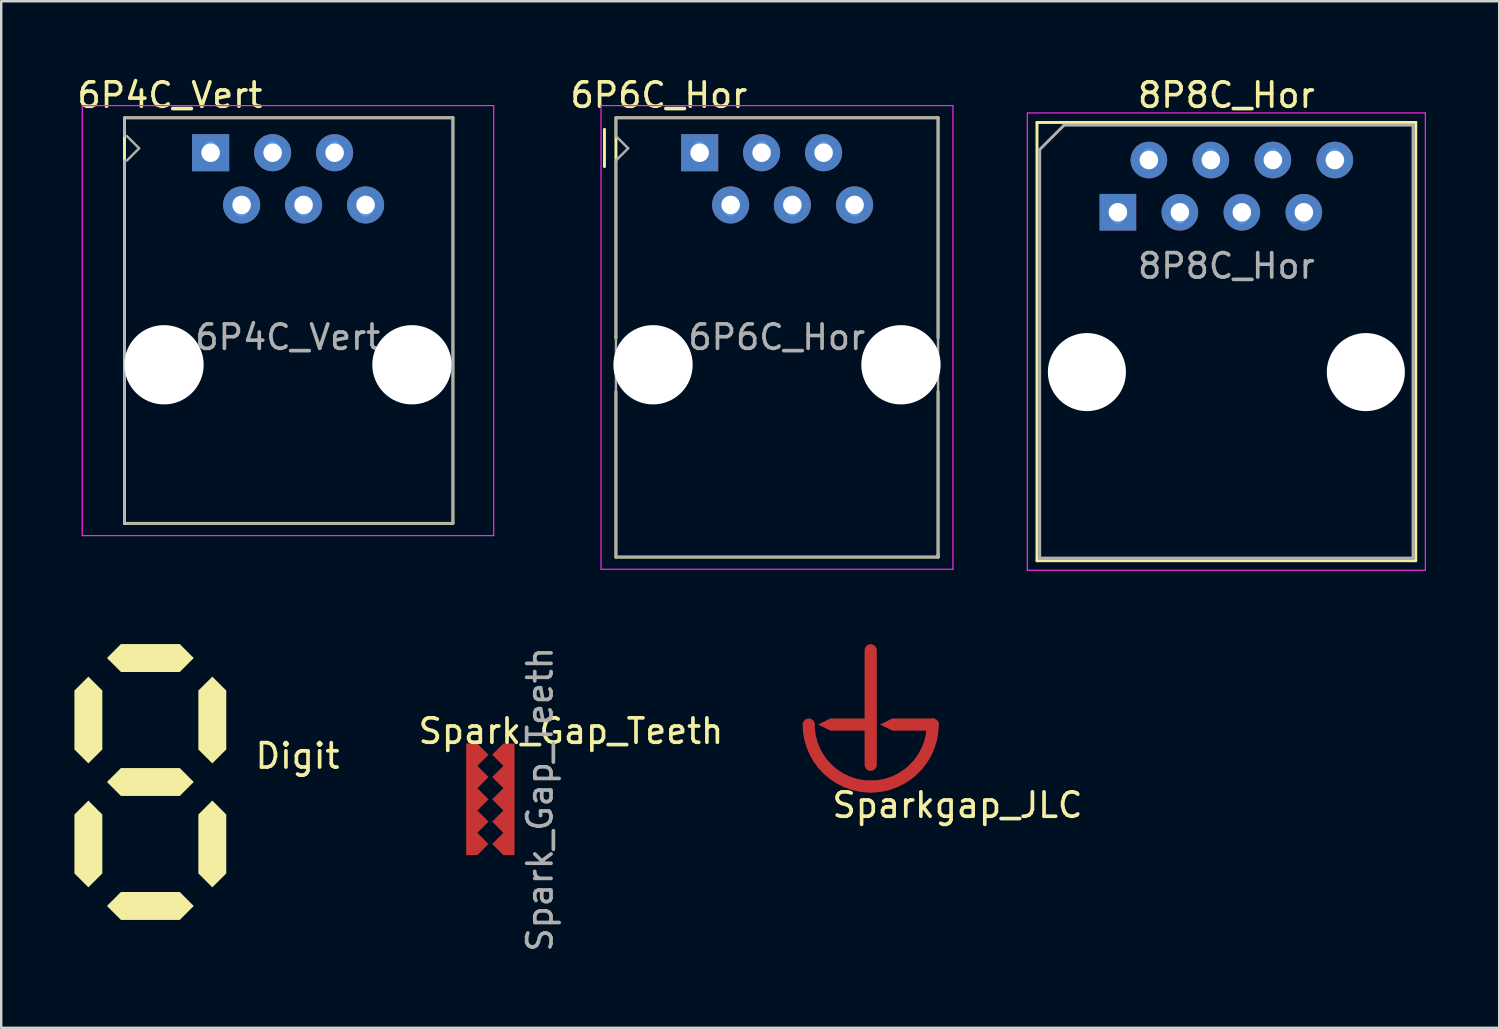
<source format=kicad_pcb>
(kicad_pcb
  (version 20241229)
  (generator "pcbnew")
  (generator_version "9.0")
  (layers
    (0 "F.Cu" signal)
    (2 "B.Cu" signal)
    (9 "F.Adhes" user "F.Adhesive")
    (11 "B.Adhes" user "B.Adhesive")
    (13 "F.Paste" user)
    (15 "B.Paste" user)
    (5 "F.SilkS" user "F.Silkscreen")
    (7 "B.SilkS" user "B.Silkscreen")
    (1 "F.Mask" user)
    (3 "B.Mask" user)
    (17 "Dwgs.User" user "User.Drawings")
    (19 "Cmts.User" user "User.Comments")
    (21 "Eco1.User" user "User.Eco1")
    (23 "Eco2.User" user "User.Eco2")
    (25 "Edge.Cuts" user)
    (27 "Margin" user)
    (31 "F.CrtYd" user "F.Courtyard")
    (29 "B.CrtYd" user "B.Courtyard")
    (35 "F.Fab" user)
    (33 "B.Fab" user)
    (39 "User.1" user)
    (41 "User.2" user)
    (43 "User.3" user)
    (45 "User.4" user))
  (footprint "8P8C_Hor"
    (layer "F.Cu")
    (at 42.76 5.848)
    (property "Reference" "8P8C_Hor" (at 4.445 -5 180) (layer "F.SilkS") (effects (font (size 1 1) (thickness 0.15))))
    (attr through_hole)
    (fp_line (start -3.315 -3.88) (end -3.315 14.08) (stroke (width 0.12) (type solid)) (layer "F.SilkS"))
    (fp_line (start -3.315 14.08) (end 12.205 14.08) (stroke (width 0.12) (type solid)) (layer "F.SilkS"))
    (fp_line (start 12.205 -3.88) (end -3.315 -3.88) (stroke (width 0.12) (type solid)) (layer "F.SilkS"))
    (fp_line (start 12.205 -3.88) (end 12.205 14.08) (stroke (width 0.12) (type solid)) (layer "F.SilkS"))
    (fp_circle (center 0 0) (end 0.225 0) (stroke (width 0.1) (type solid)) (fill no) (layer "Cmts.User"))
    (fp_circle (center 1.262 -2.544) (end 1.487 -2.544) (stroke (width 0.1) (type solid)) (fill no) (layer "Cmts.User"))
    (fp_circle (center 2.54 0) (end 2.765 0) (stroke (width 0.1) (type solid)) (fill no) (layer "Cmts.User"))
    (fp_circle (center 3.806 -2.544) (end 4.031 -2.544) (stroke (width 0.1) (type solid)) (fill no) (layer "Cmts.User"))
    (fp_circle (center 5.08 0) (end 5.305 0) (stroke (width 0.1) (type solid)) (fill no) (layer "Cmts.User"))
    (fp_circle (center 6.341 -2.544) (end 6.566 -2.544) (stroke (width 0.1) (type solid)) (fill no) (layer "Cmts.User"))
    (fp_circle (center 7.62 0) (end 7.845 0) (stroke (width 0.1) (type solid)) (fill no) (layer "Cmts.User"))
    (fp_circle (center 8.885 -2.544) (end 9.11 -2.544) (stroke (width 0.1) (type solid)) (fill no) (layer "Cmts.User"))
    (fp_line (start -3.71 -4.27) (end -3.71 14.47) (stroke (width 0.05) (type solid)) (layer "F.CrtYd"))
    (fp_line (start -3.71 -4.27) (end 12.6 -4.27) (stroke (width 0.05) (type solid)) (layer "F.CrtYd"))
    (fp_line (start 12.6 14.47) (end -3.71 14.47) (stroke (width 0.05) (type solid)) (layer "F.CrtYd"))
    (fp_line (start 12.6 14.47) (end 12.6 -4.27) (stroke (width 0.05) (type solid)) (layer "F.CrtYd"))
    (fp_line (start -3.205 -2.77) (end -2.205 -3.77) (stroke (width 0.12) (type solid)) (layer "F.Fab"))
    (fp_line (start -3.205 13.97) (end -3.205 -2.77) (stroke (width 0.12) (type solid)) (layer "F.Fab"))
    (fp_line (start -2.205 -3.77) (end 12.095 -3.77) (stroke (width 0.12) (type solid)) (layer "F.Fab"))
    (fp_line (start 12.095 -3.77) (end 12.095 13.97) (stroke (width 0.12) (type solid)) (layer "F.Fab"))
    (fp_line (start 12.095 13.97) (end -3.205 13.97) (stroke (width 0.12) (type solid)) (layer "F.Fab"))
    (fp_text user "${REFERENCE}" (at 4.445 2 180) (layer "F.Fab") (effects (font (size 1 1) (thickness 0.15))))
    (pad "" np_thru_hole circle (at -1.27 6.35) (size 3.2 3.2) (drill 3.2) (layers "*.Cu" "*.Mask"))
    (pad "" np_thru_hole circle (at 10.16 6.35) (size 3.2 3.2) (drill 3.2) (layers "*.Cu" "*.Mask"))
    (pad "1" thru_hole rect (at 0 -0.2) (size 1.5 1.5) (drill 0.76) (layers "*.Cu" "*.Mask"))
    (pad "2" thru_hole circle (at 1.27 -2.34) (size 1.5 1.5) (drill 0.76) (layers "*.Cu" "*.Mask"))
    (pad "3" thru_hole circle (at 2.54 -0.2) (size 1.5 1.5) (drill 0.76) (layers "*.Cu" "*.Mask"))
    (pad "4" thru_hole circle (at 3.81 -2.34) (size 1.5 1.5) (drill 0.76) (layers "*.Cu" "*.Mask"))
    (pad "5" thru_hole circle (at 5.08 -0.2) (size 1.5 1.5) (drill 0.76) (layers "*.Cu" "*.Mask"))
    (pad "6" thru_hole circle (at 6.35 -2.34) (size 1.5 1.5) (drill 0.76) (layers "*.Cu" "*.Mask"))
    (pad "7" thru_hole circle (at 7.62 -0.2) (size 1.5 1.5) (drill 0.76) (layers "*.Cu" "*.Mask"))
    (pad "8" thru_hole circle (at 8.89 -2.34) (size 1.5 1.5) (drill 0.76) (layers "*.Cu" "*.Mask")))
  (footprint "6P6C_Hor"
    (layer "F.Cu")
    (at 25.62 3.008)
    (property "Reference" "6P6C_Hor" (at -1.67 -2.16 180) (layer "F.SilkS") (effects (font (size 1 1) (thickness 0.15))))
    (attr through_hole)
    (fp_line (start -3.9 0.77) (end -3.9 -0.76) (stroke (width 0.12) (type solid)) (layer "F.SilkS"))
    (fp_line (start -3.43 -1.23) (end 9.77 -1.23) (stroke (width 0.12) (type solid)) (layer "F.SilkS"))
    (fp_line (start -3.43 7.72) (end -3.43 7.79) (stroke (width 0.1) (type solid)) (layer "F.SilkS"))
    (fp_line (start -3.43 7.79) (end -3.43 -1.23) (stroke (width 0.12) (type solid)) (layer "F.SilkS"))
    (fp_line (start -3.43 16.77) (end -3.43 9.99) (stroke (width 0.12) (type solid)) (layer "F.SilkS"))
    (fp_line (start 9.77 -1.23) (end 9.77 7.79) (stroke (width 0.12) (type solid)) (layer "F.SilkS"))
    (fp_line (start 9.77 16.65) (end 9.77 16.77) (stroke (width 0.1) (type solid)) (layer "F.SilkS"))
    (fp_line (start 9.77 16.76) (end 9.77 16.77) (stroke (width 0.1) (type solid)) (layer "F.SilkS"))
    (fp_line (start 9.77 16.77) (end -3.43 16.77) (stroke (width 0.12) (type solid)) (layer "F.SilkS"))
    (fp_line (start 9.77 16.77) (end 9.77 9.99) (stroke (width 0.12) (type solid)) (layer "F.SilkS"))
    (fp_circle (center 0 0) (end 0.225 0) (stroke (width 0.1) (type solid)) (fill no) (layer "Cmts.User"))
    (fp_circle (center 1.27 2.54) (end 1.495 2.54) (stroke (width 0.1) (type solid)) (fill no) (layer "Cmts.User"))
    (fp_circle (center 2.54 0) (end 2.765 0) (stroke (width 0.1) (type solid)) (fill no) (layer "Cmts.User"))
    (fp_circle (center 3.81 2.54) (end 4.035 2.54) (stroke (width 0.1) (type solid)) (fill no) (layer "Cmts.User"))
    (fp_circle (center 5.08 0) (end 5.305 0) (stroke (width 0.1) (type solid)) (fill no) (layer "Cmts.User"))
    (fp_circle (center 6.35 2.54) (end 6.575 2.54) (stroke (width 0.1) (type solid)) (fill no) (layer "Cmts.User"))
    (fp_line (start -4.04 -1.73) (end 10.38 -1.73) (stroke (width 0.05) (type solid)) (layer "F.CrtYd"))
    (fp_line (start -4.04 17.27) (end -4.04 -1.73) (stroke (width 0.05) (type solid)) (layer "F.CrtYd"))
    (fp_line (start 10.38 -1.73) (end 10.38 17.27) (stroke (width 0.05) (type solid)) (layer "F.CrtYd"))
    (fp_line (start 10.38 17.27) (end -4.04 17.27) (stroke (width 0.05) (type solid)) (layer "F.CrtYd"))
    (fp_line (start -3.43 -1.23) (end 9.77 -1.23) (stroke (width 0.1) (type solid)) (layer "F.Fab"))
    (fp_line (start -3.43 -0.48) (end -3.43 -1.23) (stroke (width 0.1) (type solid)) (layer "F.Fab"))
    (fp_line (start -3.43 0.52) (end -2.93 0.02) (stroke (width 0.1) (type solid)) (layer "F.Fab"))
    (fp_line (start -3.43 16.77) (end -3.43 0.52) (stroke (width 0.1) (type solid)) (layer "F.Fab"))
    (fp_line (start -2.93 0.02) (end -3.43 -0.48) (stroke (width 0.1) (type solid)) (layer "F.Fab"))
    (fp_line (start 9.77 -1.23) (end 9.77 16.77) (stroke (width 0.1) (type solid)) (layer "F.Fab"))
    (fp_line (start 9.77 16.77) (end -3.43 16.77) (stroke (width 0.1) (type solid)) (layer "F.Fab"))
    (fp_text user "${REFERENCE}" (at 3.16 7.76 180) (layer "F.Fab") (effects (font (size 1 1) (thickness 0.15))))
    (pad "" np_thru_hole circle (at -1.91 8.89) (size 3.25 3.25) (drill 3.25) (layers "*.Cu" "*.Mask"))
    (pad "" np_thru_hole circle (at 8.25 8.89) (size 3.25 3.25) (drill 3.25) (layers "*.Cu" "*.Mask"))
    (pad "1" thru_hole rect (at 0 0.2) (size 1.52 1.52) (drill 0.76) (layers "*.Cu" "*.Mask"))
    (pad "2" thru_hole circle (at 1.27 2.34) (size 1.52 1.52) (drill 0.76) (layers "*.Cu" "*.Mask"))
    (pad "3" thru_hole circle (at 2.54 0.2) (size 1.52 1.52) (drill 0.76) (layers "*.Cu" "*.Mask"))
    (pad "4" thru_hole circle (at 3.8 2.34 90) (size 1.52 1.52) (drill 0.76) (layers "*.Cu" "*.Mask"))
    (pad "5" thru_hole circle (at 5.08 0.2) (size 1.52 1.52) (drill 0.76) (layers "*.Cu" "*.Mask"))
    (pad "6" thru_hole circle (at 6.35 2.34) (size 1.52 1.52) (drill 0.76) (layers "*.Cu" "*.Mask")))
  (footprint "Spark_Gap_Teeth"
    (layer "F.Cu")
    (at 17.044 29.706)
    (property "Reference" "Spark_Gap_Teeth" (at 3.302 -2.794 0) (unlocked yes) (layer "F.SilkS") (effects (font (size 1 1) (thickness 0.15))))
    (attr smd)
    (fp_poly (pts (xy 0.533 2.286) (xy -0.533 2.286) (xy -0.533 -2.286) (xy 0.533 -2.286)) (stroke (width 0) (type solid)) (fill yes) (layer "F.Mask"))
    (fp_text user "${REFERENCE}" (at 2.032 0 90) (unlocked yes) (layer "F.Fab") (effects (font (size 1 1) (thickness 0.15))))
    (pad "1" smd custom (at -0.762 0) (size 0.457 4.572) (layers "F.Cu") (options (anchor rect)) (primitives (gr_poly (pts (xy 0.686 -1.829) (xy 0.229 -1.372) (xy 0.686 -0.914) (xy 0.229 -0.457) (xy 0.686 0) (xy 0.229 0.457) (xy 0.686 0.914) (xy 0.229 1.372) (xy 0.686 1.829) (xy 0.229 2.286) (xy -0.229 2.286) (xy -0.229 -2.286) (xy 0.229 -2.286)) (width 0) (fill yes))))
    (pad "2" smd custom (at 0.762 0) (size 0.457 4.572) (layers "F.Cu") (options (anchor rect)) (primitives (gr_poly (pts (xy 0.229 2.286) (xy -0.229 2.286) (xy -0.686 1.829) (xy -0.229 1.372) (xy -0.686 0.914) (xy -0.229 0.457) (xy -0.686 0) (xy -0.229 -0.457) (xy -0.686 -0.914) (xy -0.229 -1.372) (xy -0.686 -1.829) (xy -0.229 -2.286) (xy 0.229 -2.286)) (width 0) (fill yes)))))
  (footprint "6P4C_Vert"
    (layer "F.Cu")
    (at 5.581 3.008)
    (property "Reference" "6P4C_Vert" (at -1.67 -2.16 180) (layer "F.SilkS") (effects (font (size 1 1) (thickness 0.15))))
    (attr through_hole)
    (fp_line (start -3.53 -1.23) (end 9.93 -1.23) (stroke (width 0.12) (type solid)) (layer "F.SilkS"))
    (fp_line (start -3.53 15.39) (end -3.53 -1.23) (stroke (width 0.12) (type solid)) (layer "F.SilkS"))
    (fp_line (start 9.93 -1.23) (end 9.93 15.39) (stroke (width 0.12) (type solid)) (layer "F.SilkS"))
    (fp_line (start 9.93 15.39) (end -3.53 15.39) (stroke (width 0.12) (type solid)) (layer "F.SilkS"))
    (fp_circle (center 0 0) (end 0.225 0) (stroke (width 0.1) (type solid)) (fill no) (layer "Cmts.User"))
    (fp_circle (center 1.27 2.54) (end 1.495 2.54) (stroke (width 0.1) (type solid)) (fill no) (layer "Cmts.User"))
    (fp_circle (center 2.54 0) (end 2.765 0) (stroke (width 0.1) (type solid)) (fill no) (layer "Cmts.User"))
    (fp_circle (center 3.81 2.54) (end 4.035 2.54) (stroke (width 0.1) (type solid)) (fill no) (layer "Cmts.User"))
    (fp_circle (center 5.08 0) (end 5.305 0) (stroke (width 0.1) (type solid)) (fill no) (layer "Cmts.User"))
    (fp_circle (center 6.35 2.54) (end 6.575 2.54) (stroke (width 0.1) (type solid)) (fill no) (layer "Cmts.User"))
    (fp_line (start -5.26 -1.73) (end 11.6 -1.73) (stroke (width 0.05) (type solid)) (layer "F.CrtYd"))
    (fp_line (start -5.26 15.89) (end -5.26 -1.73) (stroke (width 0.05) (type solid)) (layer "F.CrtYd"))
    (fp_line (start 11.6 -1.73) (end 11.6 15.89) (stroke (width 0.05) (type solid)) (layer "F.CrtYd"))
    (fp_line (start 11.6 15.89) (end -5.26 15.89) (stroke (width 0.05) (type solid)) (layer "F.CrtYd"))
    (fp_line (start -3.53 -0.48) (end -3.53 -1.23) (stroke (width 0.1) (type solid)) (layer "F.Fab"))
    (fp_line (start -3.53 15.39) (end -3.53 0.52) (stroke (width 0.1) (type solid)) (layer "F.Fab"))
    (fp_line (start -3.43 -1.23) (end 9.93 -1.23) (stroke (width 0.1) (type solid)) (layer "F.Fab"))
    (fp_line (start -3.43 0.52) (end -2.93 0.02) (stroke (width 0.1) (type solid)) (layer "F.Fab"))
    (fp_line (start -2.93 0.02) (end -3.43 -0.48) (stroke (width 0.1) (type solid)) (layer "F.Fab"))
    (fp_line (start 9.93 -1.23) (end 9.93 15.39) (stroke (width 0.1) (type solid)) (layer "F.Fab"))
    (fp_line (start 9.93 15.39) (end -3.43 15.39) (stroke (width 0.1) (type solid)) (layer "F.Fab"))
    (fp_text user "${REFERENCE}" (at 3.16 7.76 180) (layer "F.Fab") (effects (font (size 1 1) (thickness 0.15))))
    (pad "" np_thru_hole circle (at -1.91 8.89) (size 3.25 3.25) (drill 3.25) (layers "*.Cu" "*.Mask"))
    (pad "" np_thru_hole circle (at 8.25 8.89) (size 3.25 3.25) (drill 3.25) (layers "*.Cu" "*.Mask"))
    (pad "1" thru_hole rect (at 0 0.2) (size 1.52 1.52) (drill 0.76) (layers "*.Cu" "*.Mask"))
    (pad "2" thru_hole circle (at 1.27 2.34) (size 1.52 1.52) (drill 0.76) (layers "*.Cu" "*.Mask"))
    (pad "3" thru_hole circle (at 2.54 0.2) (size 1.52 1.52) (drill 0.76) (layers "*.Cu" "*.Mask"))
    (pad "4" thru_hole circle (at 3.81 2.34) (size 1.52 1.52) (drill 0.76) (layers "*.Cu" "*.Mask"))
    (pad "5" thru_hole circle (at 5.08 0.2) (size 1.52 1.52) (drill 0.76) (layers "*.Cu" "*.Mask"))
    (pad "6" thru_hole circle (at 6.35 2.34 90) (size 1.52 1.52) (drill 0.76) (layers "*.Cu" "*.Mask")))
  (footprint "Sparkgap_JLC"
    (layer "F.Cu")
    (at 32.63 26.641)
    (property "Reference" "Sparkgap_JLC" (at 3.556 3.302 0) (unlocked yes) (layer "F.SilkS") (effects (font (size 1 1) (thickness 0.15))))
    (attr smd)
    (fp_circle (center 0 0) (end 2.921 0) (stroke (width 0) (type solid)) (fill yes) (layer "F.Mask"))
    (pad "1" smd custom (at -2.54 0) (size 0.5 0.5) (layers "F.Cu" "F.Mask" "F.Paste") (options (anchor circle)) (primitives (gr_arc (start 5.08 0) (mid 2.54 2.54) (end 0 0) (width 0.5)) (gr_line (start 5.08 0) (end 4.445 0) (width 0.5)) (gr_poly (pts (xy 4.572 0.25) (xy 3.429 0.25) (xy 2.921 0) (xy 3.429 -0.25) (xy 4.572 -0.25)) (width 0) (fill yes))))
    (pad "1" smd circle (at 0 2.54) (size 0.5 0.5) (layers "F.Cu" "F.Mask" "F.Paste"))
    (pad "1" smd circle (at 2.54 0) (size 0.5 0.5) (layers "F.Cu" "F.Mask" "F.Paste"))
    (pad "2" smd custom (at 0 -3.048) (size 0.5 0.5) (layers "F.Cu" "F.Mask" "F.Paste") (options (anchor circle)) (primitives (gr_line (start 0 3.048) (end 0 0) (width 0.5)) (gr_line (start 0 3.048) (end -0.635 3.048) (width 0.5)) (gr_poly (pts (xy -0.508 3.298) (xy -1.651 3.298) (xy -2.159 3.048) (xy -1.651 2.798) (xy -0.508 2.798)) (width 0) (fill yes)) (gr_line (start 0 3.048) (end 0 4.699) (width 0.5))))
    (zone (net_name "") (layer "F.Cu") (hatch edge 0.508) (connect_pads) (min_thickness 0.254) (filled_areas_thickness no) (keepout (tracks allowed) (vias allowed) (pads allowed) (copperpour not_allowed) (footprints allowed)) (placement (enabled no)) (fill) (polygon (pts (xy 35.17 25.498) (xy 35.17 27.149) (xy 34.916 27.403) (xy 34.916 28.038) (xy 34.027 28.927) (xy 33.392 28.927) (xy 33.138 29.181) (xy 32.122 29.181) (xy 31.868 28.927) (xy 31.36 28.927) (xy 30.344 27.911) (xy 30.344 27.53) (xy 30.09 27.276) (xy 30.09 25.498) (xy 30.725 24.863) (xy 34.535 24.863)))))
  (footprint "Digit"
    (layer "F.Cu")
    (at 3.111 28.995)
    (property "Reference" "Digit" (at 6.032 -1.067 0) (unlocked yes) (layer "F.SilkS") (effects (font (size 1 1) (thickness 0.15))))
    (fp_poly (pts (xy -2.54 -4.318) (xy -1.968 -3.747) (xy -1.968 -1.333) (xy -2.54 -0.762) (xy -3.111 -1.333) (xy -3.111 -3.747)) (stroke (width 0) (type solid)) (fill yes) (layer "F.SilkS"))
    (fp_poly (pts (xy -2.54 4.318) (xy -3.111 3.747) (xy -3.111 1.333) (xy -2.54 0.762) (xy -1.968 1.333) (xy -1.968 3.747)) (stroke (width 0) (type solid)) (fill yes) (layer "F.SilkS"))
    (fp_poly (pts (xy -1.778 5.08) (xy -1.206 4.508) (xy 1.206 4.508) (xy 1.778 5.08) (xy 1.206 5.652) (xy -1.206 5.652)) (stroke (width 0) (type solid)) (fill yes) (layer "F.SilkS"))
    (fp_poly (pts (xy 1.778 -5.08) (xy 1.206 -4.508) (xy -1.206 -4.508) (xy -1.778 -5.08) (xy -1.206 -5.652) (xy 1.206 -5.652)) (stroke (width 0) (type solid)) (fill yes) (layer "F.SilkS"))
    (fp_poly (pts (xy 1.778 0) (xy 1.206 0.572) (xy -1.206 0.572) (xy -1.778 0) (xy -1.206 -0.572) (xy 1.206 -0.572)) (stroke (width 0) (type solid)) (fill yes) (layer "F.SilkS"))
    (fp_poly (pts (xy 2.54 -4.318) (xy 3.111 -3.747) (xy 3.111 -1.333) (xy 2.54 -0.762) (xy 1.968 -1.333) (xy 1.968 -3.747)) (stroke (width 0) (type solid)) (fill yes) (layer "F.SilkS"))
    (fp_poly (pts (xy 2.54 4.318) (xy 1.968 3.747) (xy 1.968 1.333) (xy 2.54 0.762) (xy 3.111 1.333) (xy 3.111 3.747)) (stroke (width 0) (type solid)) (fill yes) (layer "F.SilkS")))
  (gr_rect
    (start -3 -3)
    (end 58.385 39.069)
    (stroke (width 0.1) (type default))
    (fill no)
    (layer "Edge.Cuts")))
</source>
